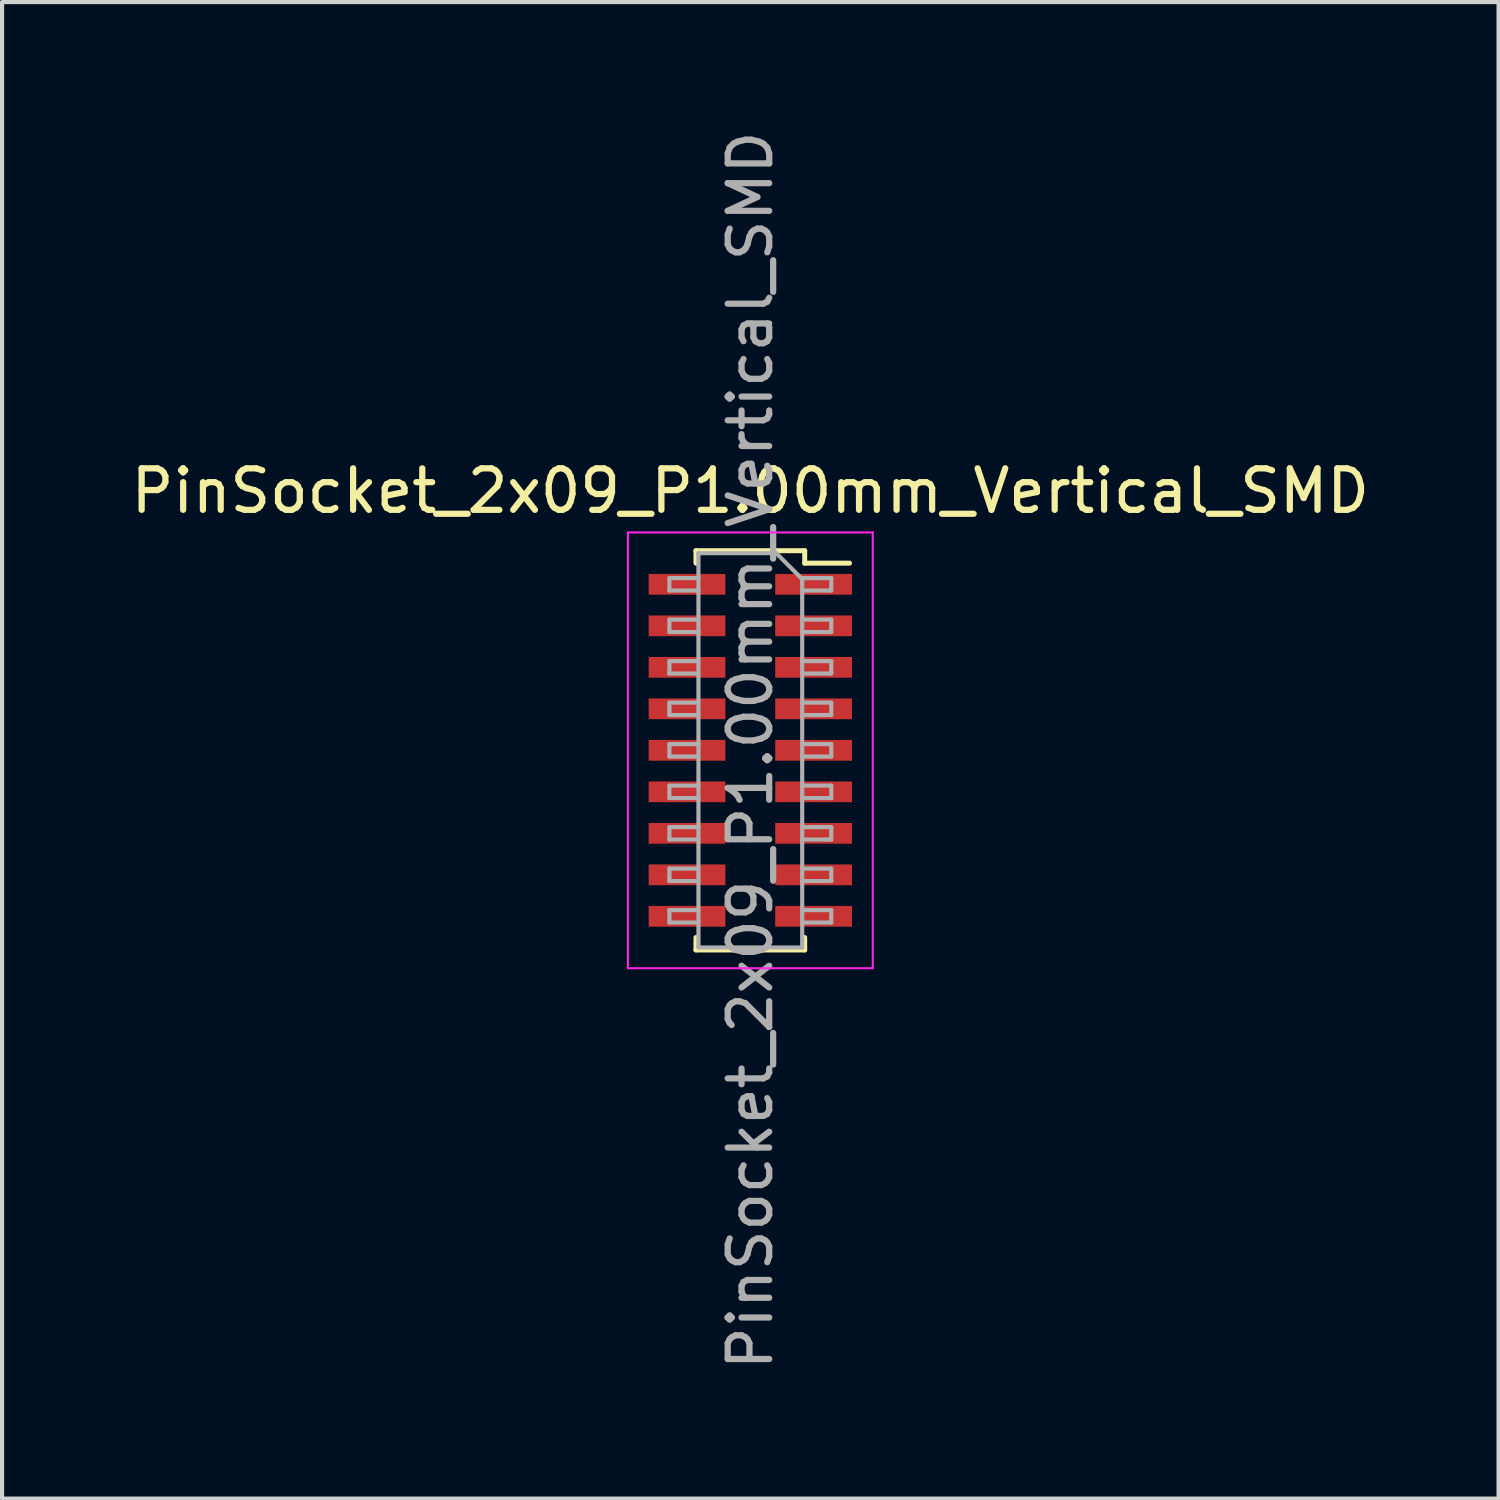
<source format=kicad_pcb>
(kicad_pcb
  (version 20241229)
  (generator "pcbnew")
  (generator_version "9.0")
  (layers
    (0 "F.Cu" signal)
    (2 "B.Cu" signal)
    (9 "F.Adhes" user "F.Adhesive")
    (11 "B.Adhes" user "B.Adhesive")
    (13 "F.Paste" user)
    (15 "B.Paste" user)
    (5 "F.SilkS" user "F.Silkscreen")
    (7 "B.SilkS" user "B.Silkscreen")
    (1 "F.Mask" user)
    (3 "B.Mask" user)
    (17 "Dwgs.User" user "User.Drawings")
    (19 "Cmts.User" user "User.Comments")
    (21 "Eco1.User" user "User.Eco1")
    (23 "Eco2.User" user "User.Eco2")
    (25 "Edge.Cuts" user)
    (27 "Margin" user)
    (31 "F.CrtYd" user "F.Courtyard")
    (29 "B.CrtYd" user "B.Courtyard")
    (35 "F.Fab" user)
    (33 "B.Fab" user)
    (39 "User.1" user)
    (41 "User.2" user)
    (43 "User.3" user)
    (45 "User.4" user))
  (footprint "PinSocket_2x09_P1.00mm_Vertical_SMD"
    (layer "F.Cu")
    (at 15.03 15.03)
    (property "Reference" "PinSocket_2x09_P1.00mm_Vertical_SMD" (at 0 -6.25 0) (layer "F.SilkS") (effects (font (size 1 1) (thickness 0.15))))
    (attr smd)
    (fp_line (start -1.31 -4.81) (end -1.31 -4.51) (stroke (width 0.12) (type solid)) (layer "F.SilkS"))
    (fp_line (start -1.31 -4.81) (end 1.31 -4.81) (stroke (width 0.12) (type solid)) (layer "F.SilkS"))
    (fp_line (start -1.31 4.51) (end -1.31 4.81) (stroke (width 0.12) (type solid)) (layer "F.SilkS"))
    (fp_line (start -1.31 4.81) (end 1.31 4.81) (stroke (width 0.12) (type solid)) (layer "F.SilkS"))
    (fp_line (start 1.31 -4.81) (end 1.31 -4.51) (stroke (width 0.12) (type solid)) (layer "F.SilkS"))
    (fp_line (start 1.31 -4.51) (end 2.39 -4.51) (stroke (width 0.12) (type solid)) (layer "F.SilkS"))
    (fp_line (start 1.31 4.51) (end 1.31 4.81) (stroke (width 0.12) (type solid)) (layer "F.SilkS"))
    (fp_line (start -2.95 -5.25) (end 2.95 -5.25) (stroke (width 0.05) (type solid)) (layer "F.CrtYd"))
    (fp_line (start -2.95 5.25) (end -2.95 -5.25) (stroke (width 0.05) (type solid)) (layer "F.CrtYd"))
    (fp_line (start 2.95 -5.25) (end 2.95 5.25) (stroke (width 0.05) (type solid)) (layer "F.CrtYd"))
    (fp_line (start 2.95 5.25) (end -2.95 5.25) (stroke (width 0.05) (type solid)) (layer "F.CrtYd"))
    (fp_line (start -1.95 -4.15) (end -1.25 -4.15) (stroke (width 0.1) (type solid)) (layer "F.Fab"))
    (fp_line (start -1.95 -3.85) (end -1.95 -4.15) (stroke (width 0.1) (type solid)) (layer "F.Fab"))
    (fp_line (start -1.95 -3.15) (end -1.25 -3.15) (stroke (width 0.1) (type solid)) (layer "F.Fab"))
    (fp_line (start -1.95 -2.85) (end -1.95 -3.15) (stroke (width 0.1) (type solid)) (layer "F.Fab"))
    (fp_line (start -1.95 -2.15) (end -1.25 -2.15) (stroke (width 0.1) (type solid)) (layer "F.Fab"))
    (fp_line (start -1.95 -1.85) (end -1.95 -2.15) (stroke (width 0.1) (type solid)) (layer "F.Fab"))
    (fp_line (start -1.95 -1.15) (end -1.25 -1.15) (stroke (width 0.1) (type solid)) (layer "F.Fab"))
    (fp_line (start -1.95 -0.85) (end -1.95 -1.15) (stroke (width 0.1) (type solid)) (layer "F.Fab"))
    (fp_line (start -1.95 -0.15) (end -1.25 -0.15) (stroke (width 0.1) (type solid)) (layer "F.Fab"))
    (fp_line (start -1.95 0.15) (end -1.95 -0.15) (stroke (width 0.1) (type solid)) (layer "F.Fab"))
    (fp_line (start -1.95 0.85) (end -1.25 0.85) (stroke (width 0.1) (type solid)) (layer "F.Fab"))
    (fp_line (start -1.95 1.15) (end -1.95 0.85) (stroke (width 0.1) (type solid)) (layer "F.Fab"))
    (fp_line (start -1.95 1.85) (end -1.25 1.85) (stroke (width 0.1) (type solid)) (layer "F.Fab"))
    (fp_line (start -1.95 2.15) (end -1.95 1.85) (stroke (width 0.1) (type solid)) (layer "F.Fab"))
    (fp_line (start -1.95 2.85) (end -1.25 2.85) (stroke (width 0.1) (type solid)) (layer "F.Fab"))
    (fp_line (start -1.95 3.15) (end -1.95 2.85) (stroke (width 0.1) (type solid)) (layer "F.Fab"))
    (fp_line (start -1.95 3.85) (end -1.25 3.85) (stroke (width 0.1) (type solid)) (layer "F.Fab"))
    (fp_line (start -1.95 4.15) (end -1.95 3.85) (stroke (width 0.1) (type solid)) (layer "F.Fab"))
    (fp_line (start -1.25 -4.75) (end 0.625 -4.75) (stroke (width 0.1) (type solid)) (layer "F.Fab"))
    (fp_line (start -1.25 -3.85) (end -1.95 -3.85) (stroke (width 0.1) (type solid)) (layer "F.Fab"))
    (fp_line (start -1.25 -2.85) (end -1.95 -2.85) (stroke (width 0.1) (type solid)) (layer "F.Fab"))
    (fp_line (start -1.25 -1.85) (end -1.95 -1.85) (stroke (width 0.1) (type solid)) (layer "F.Fab"))
    (fp_line (start -1.25 -0.85) (end -1.95 -0.85) (stroke (width 0.1) (type solid)) (layer "F.Fab"))
    (fp_line (start -1.25 0.15) (end -1.95 0.15) (stroke (width 0.1) (type solid)) (layer "F.Fab"))
    (fp_line (start -1.25 1.15) (end -1.95 1.15) (stroke (width 0.1) (type solid)) (layer "F.Fab"))
    (fp_line (start -1.25 2.15) (end -1.95 2.15) (stroke (width 0.1) (type solid)) (layer "F.Fab"))
    (fp_line (start -1.25 3.15) (end -1.95 3.15) (stroke (width 0.1) (type solid)) (layer "F.Fab"))
    (fp_line (start -1.25 4.15) (end -1.95 4.15) (stroke (width 0.1) (type solid)) (layer "F.Fab"))
    (fp_line (start -1.25 4.75) (end -1.25 -4.75) (stroke (width 0.1) (type solid)) (layer "F.Fab"))
    (fp_line (start 0.625 -4.75) (end 1.25 -4.125) (stroke (width 0.1) (type solid)) (layer "F.Fab"))
    (fp_line (start 1.25 -4.15) (end 1.95 -4.15) (stroke (width 0.1) (type solid)) (layer "F.Fab"))
    (fp_line (start 1.25 -4.125) (end 1.25 4.75) (stroke (width 0.1) (type solid)) (layer "F.Fab"))
    (fp_line (start 1.25 -3.15) (end 1.95 -3.15) (stroke (width 0.1) (type solid)) (layer "F.Fab"))
    (fp_line (start 1.25 -2.15) (end 1.95 -2.15) (stroke (width 0.1) (type solid)) (layer "F.Fab"))
    (fp_line (start 1.25 -1.15) (end 1.95 -1.15) (stroke (width 0.1) (type solid)) (layer "F.Fab"))
    (fp_line (start 1.25 -0.15) (end 1.95 -0.15) (stroke (width 0.1) (type solid)) (layer "F.Fab"))
    (fp_line (start 1.25 0.85) (end 1.95 0.85) (stroke (width 0.1) (type solid)) (layer "F.Fab"))
    (fp_line (start 1.25 1.85) (end 1.95 1.85) (stroke (width 0.1) (type solid)) (layer "F.Fab"))
    (fp_line (start 1.25 2.85) (end 1.95 2.85) (stroke (width 0.1) (type solid)) (layer "F.Fab"))
    (fp_line (start 1.25 3.85) (end 1.95 3.85) (stroke (width 0.1) (type solid)) (layer "F.Fab"))
    (fp_line (start 1.25 4.75) (end -1.25 4.75) (stroke (width 0.1) (type solid)) (layer "F.Fab"))
    (fp_line (start 1.95 -4.15) (end 1.95 -3.85) (stroke (width 0.1) (type solid)) (layer "F.Fab"))
    (fp_line (start 1.95 -3.85) (end 1.25 -3.85) (stroke (width 0.1) (type solid)) (layer "F.Fab"))
    (fp_line (start 1.95 -3.15) (end 1.95 -2.85) (stroke (width 0.1) (type solid)) (layer "F.Fab"))
    (fp_line (start 1.95 -2.85) (end 1.25 -2.85) (stroke (width 0.1) (type solid)) (layer "F.Fab"))
    (fp_line (start 1.95 -2.15) (end 1.95 -1.85) (stroke (width 0.1) (type solid)) (layer "F.Fab"))
    (fp_line (start 1.95 -1.85) (end 1.25 -1.85) (stroke (width 0.1) (type solid)) (layer "F.Fab"))
    (fp_line (start 1.95 -1.15) (end 1.95 -0.85) (stroke (width 0.1) (type solid)) (layer "F.Fab"))
    (fp_line (start 1.95 -0.85) (end 1.25 -0.85) (stroke (width 0.1) (type solid)) (layer "F.Fab"))
    (fp_line (start 1.95 -0.15) (end 1.95 0.15) (stroke (width 0.1) (type solid)) (layer "F.Fab"))
    (fp_line (start 1.95 0.15) (end 1.25 0.15) (stroke (width 0.1) (type solid)) (layer "F.Fab"))
    (fp_line (start 1.95 0.85) (end 1.95 1.15) (stroke (width 0.1) (type solid)) (layer "F.Fab"))
    (fp_line (start 1.95 1.15) (end 1.25 1.15) (stroke (width 0.1) (type solid)) (layer "F.Fab"))
    (fp_line (start 1.95 1.85) (end 1.95 2.15) (stroke (width 0.1) (type solid)) (layer "F.Fab"))
    (fp_line (start 1.95 2.15) (end 1.25 2.15) (stroke (width 0.1) (type solid)) (layer "F.Fab"))
    (fp_line (start 1.95 2.85) (end 1.95 3.15) (stroke (width 0.1) (type solid)) (layer "F.Fab"))
    (fp_line (start 1.95 3.15) (end 1.25 3.15) (stroke (width 0.1) (type solid)) (layer "F.Fab"))
    (fp_line (start 1.95 3.85) (end 1.95 4.15) (stroke (width 0.1) (type solid)) (layer "F.Fab"))
    (fp_line (start 1.95 4.15) (end 1.25 4.15) (stroke (width 0.1) (type solid)) (layer "F.Fab"))
    (fp_text user "${REFERENCE}" (at 0 0 90) (layer "F.Fab") (effects (font (size 1 1) (thickness 0.15))))
    (pad "1" smd rect (at 1.525 -4) (size 1.85 0.5) (layers "F.Cu" "F.Mask" "F.Paste"))
    (pad "2" smd rect (at -1.525 -4) (size 1.85 0.5) (layers "F.Cu" "F.Mask" "F.Paste"))
    (pad "3" smd rect (at 1.525 -3) (size 1.85 0.5) (layers "F.Cu" "F.Mask" "F.Paste"))
    (pad "4" smd rect (at -1.525 -3) (size 1.85 0.5) (layers "F.Cu" "F.Mask" "F.Paste"))
    (pad "5" smd rect (at 1.525 -2) (size 1.85 0.5) (layers "F.Cu" "F.Mask" "F.Paste"))
    (pad "6" smd rect (at -1.525 -2) (size 1.85 0.5) (layers "F.Cu" "F.Mask" "F.Paste"))
    (pad "7" smd rect (at 1.525 -1) (size 1.85 0.5) (layers "F.Cu" "F.Mask" "F.Paste"))
    (pad "8" smd rect (at -1.525 -1) (size 1.85 0.5) (layers "F.Cu" "F.Mask" "F.Paste"))
    (pad "9" smd rect (at 1.525 0) (size 1.85 0.5) (layers "F.Cu" "F.Mask" "F.Paste"))
    (pad "10" smd rect (at -1.525 0) (size 1.85 0.5) (layers "F.Cu" "F.Mask" "F.Paste"))
    (pad "11" smd rect (at 1.525 1) (size 1.85 0.5) (layers "F.Cu" "F.Mask" "F.Paste"))
    (pad "12" smd rect (at -1.525 1) (size 1.85 0.5) (layers "F.Cu" "F.Mask" "F.Paste"))
    (pad "13" smd rect (at 1.525 2) (size 1.85 0.5) (layers "F.Cu" "F.Mask" "F.Paste"))
    (pad "14" smd rect (at -1.525 2) (size 1.85 0.5) (layers "F.Cu" "F.Mask" "F.Paste"))
    (pad "15" smd rect (at 1.525 3) (size 1.85 0.5) (layers "F.Cu" "F.Mask" "F.Paste"))
    (pad "16" smd rect (at -1.525 3) (size 1.85 0.5) (layers "F.Cu" "F.Mask" "F.Paste"))
    (pad "17" smd rect (at 1.525 4) (size 1.85 0.5) (layers "F.Cu" "F.Mask" "F.Paste"))
    (pad "18" smd rect (at -1.525 4) (size 1.85 0.5) (layers "F.Cu" "F.Mask" "F.Paste")))
  (gr_rect
    (start -3 -3)
    (end 33.06 33.06)
    (stroke (width 0.1) (type default))
    (fill no)
    (layer "Edge.Cuts")))
</source>
